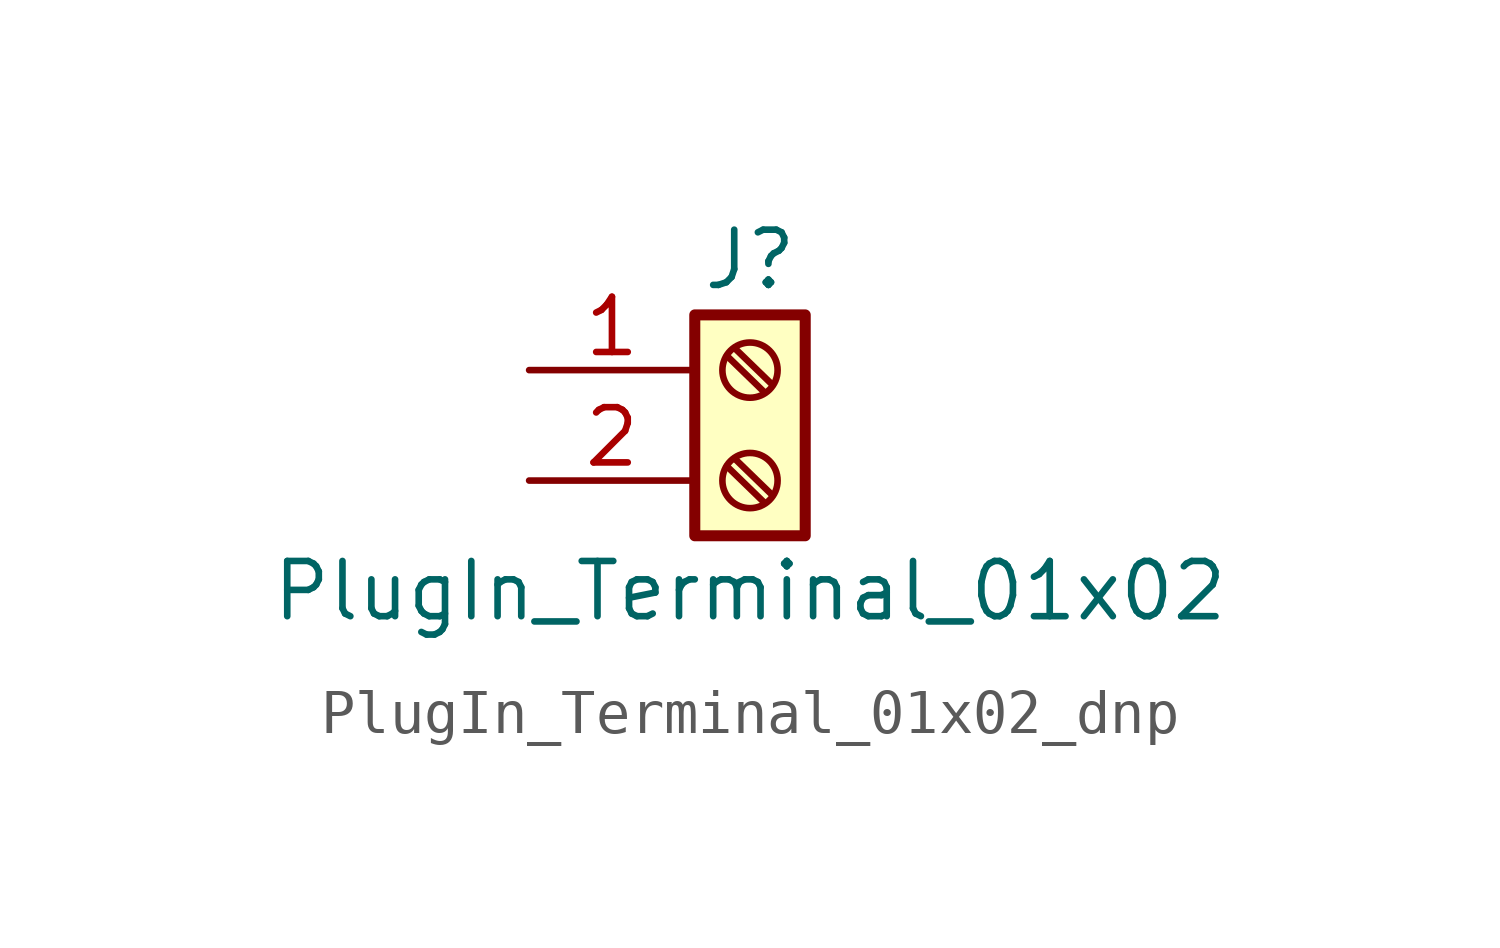
<source format=kicad_sym>
(kicad_symbol_lib
  (version 20220914)
  (generator kicad_symbol_editor)
  (symbol "PlugIn_Terminal_01x02_dnp"
    (pin_names
      (offset 1.016) hide)
    (property "Reference" "J"
      (at 0 2.54 0)
      (effects (font (size 1.27 1.27))))
    (property "Value" "PlugIn_Terminal_01x02"
      (at 0 -5.08 0)
      (effects (font (size 1.27 1.27))))
    (symbol "PlugIn_Terminal_01x02_dnp_1_1"
      (rectangle (start -1.27 1.27) (end 1.27 -3.81) (stroke (width 0.254) (type default)) (fill (type background)))
      (circle (center 0 -2.54) (radius 0.635) (stroke (width 0.152) (type default)) (fill (type none)))
      (polyline (pts (xy -0.533 -2.21) (xy 0.33 -3.048)) (stroke (width 0.152) (type default)) (fill (type none)))
      (polyline (pts (xy -0.533 0.33) (xy 0.33 -0.508)) (stroke (width 0.152) (type default)) (fill (type none)))
      (polyline (pts (xy -0.356 -2.032) (xy 0.508 -2.87)) (stroke (width 0.152) (type default)) (fill (type none)))
      (polyline (pts (xy -0.356 0.508) (xy 0.508 -0.33)) (stroke (width 0.152) (type default)) (fill (type none)))
      (circle (center 0 0) (radius 0.635) (stroke (width 0.152) (type default)) (fill (type none)))
      (pin passive line (at -5.08 0 0) (length 3.81) (name "Pin_1" (effects (font (size 1.27 1.27)))) (number "1" (effects (font (size 1.27 1.27)))))
      (pin passive line (at -5.08 -2.54 0) (length 3.81) (name "Pin_2" (effects (font (size 1.27 1.27)))) (number "2" (effects (font (size 1.27 1.27))))))))
</source>
